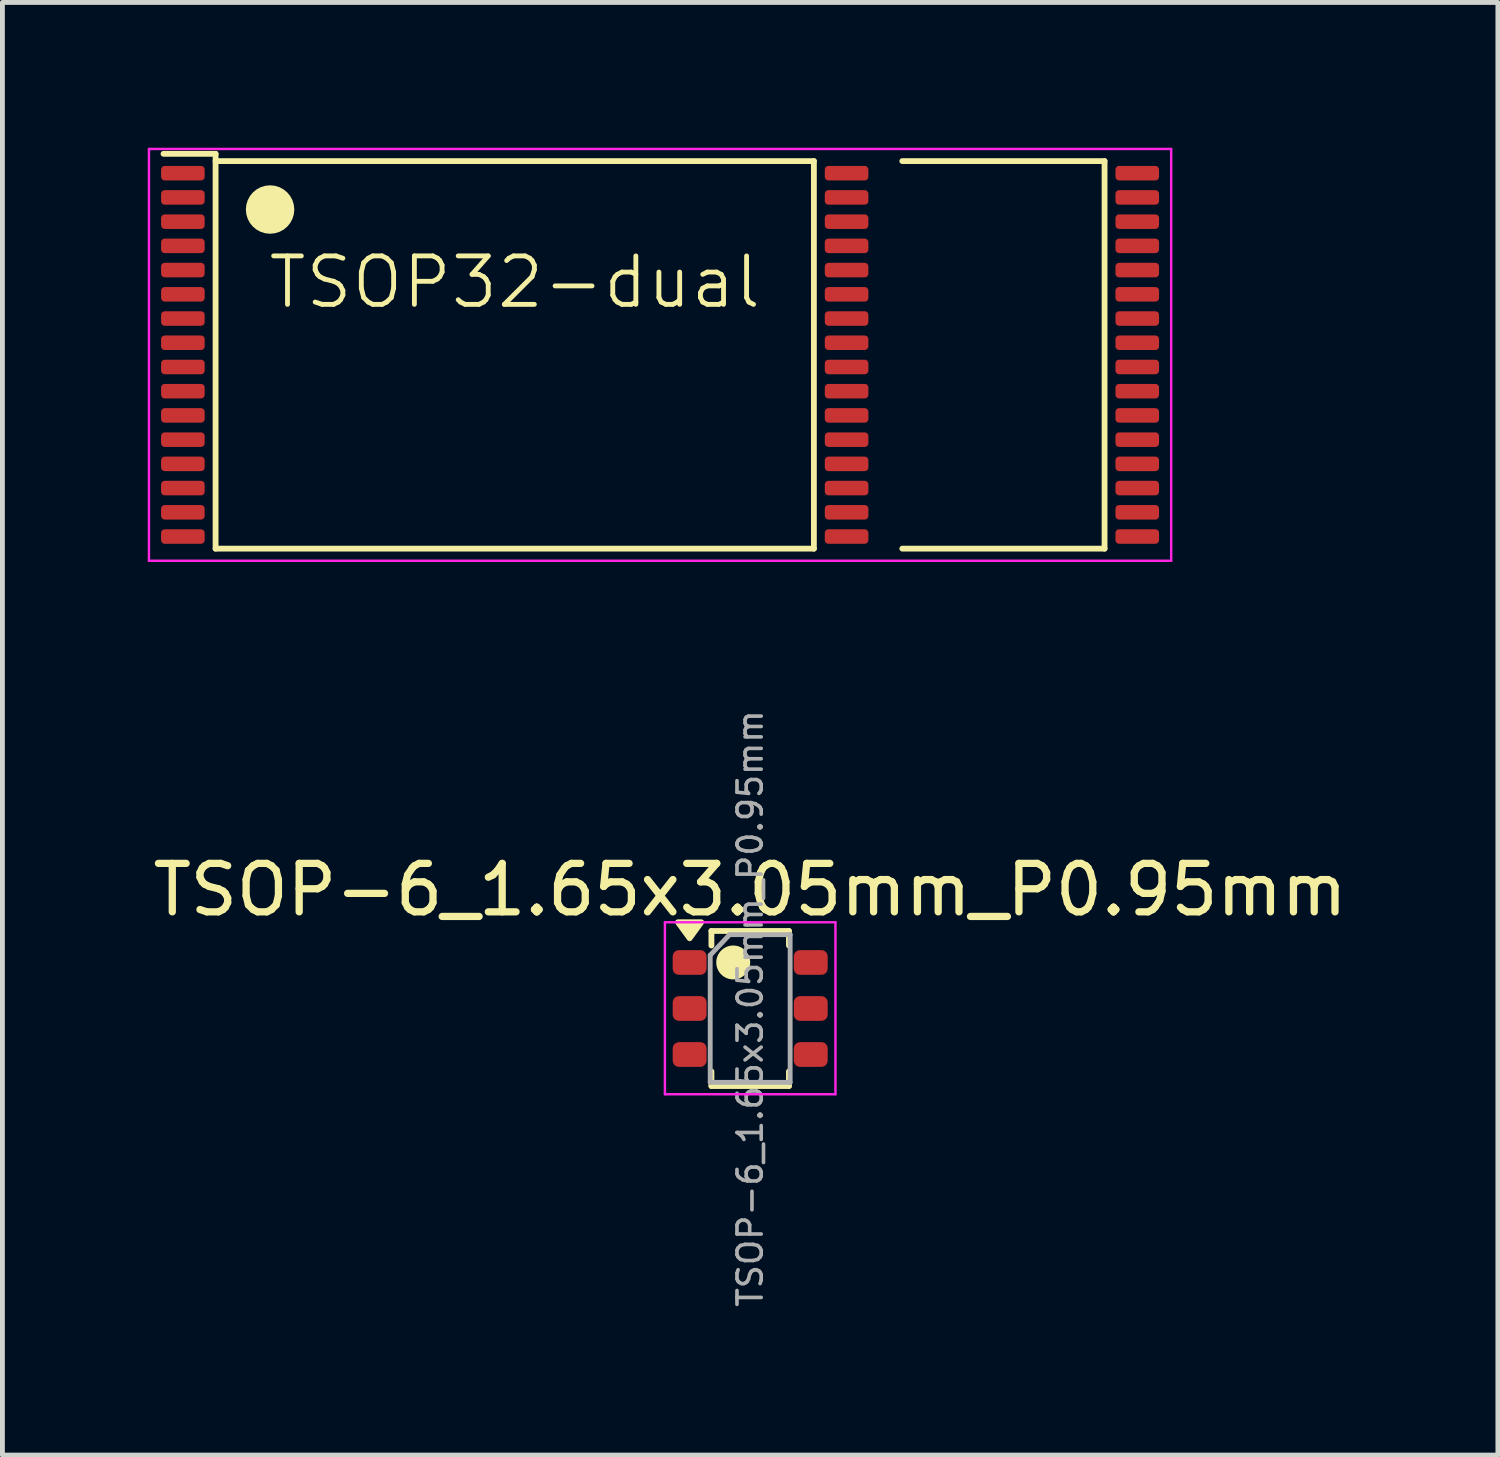
<source format=kicad_pcb>
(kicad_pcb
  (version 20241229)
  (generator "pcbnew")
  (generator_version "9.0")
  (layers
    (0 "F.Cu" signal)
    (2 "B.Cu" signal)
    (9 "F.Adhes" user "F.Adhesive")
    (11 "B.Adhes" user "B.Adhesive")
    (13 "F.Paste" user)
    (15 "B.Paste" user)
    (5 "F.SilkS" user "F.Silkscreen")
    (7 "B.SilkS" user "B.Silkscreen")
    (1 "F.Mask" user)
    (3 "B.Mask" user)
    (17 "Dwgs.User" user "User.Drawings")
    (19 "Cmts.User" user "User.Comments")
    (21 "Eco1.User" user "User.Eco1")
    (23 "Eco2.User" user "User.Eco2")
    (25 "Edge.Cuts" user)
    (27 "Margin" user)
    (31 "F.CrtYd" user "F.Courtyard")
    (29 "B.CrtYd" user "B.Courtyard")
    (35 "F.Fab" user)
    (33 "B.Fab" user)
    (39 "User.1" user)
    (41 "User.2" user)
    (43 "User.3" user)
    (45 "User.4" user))
  (footprint "TSOP32-dual"
    (layer "F.Cu")
    (at 10.575 4.275)
    (property "Reference" "TSOP32-dual" (at -3 -1.5 0) (unlocked yes) (layer "F.SilkS") (effects (font (size 1 1) (thickness 0.1))))
    (attr smd)
    (fp_line (start -10.25 -4.15) (end -9.175 -4.15) (stroke (width 0.12) (type solid)) (layer "F.SilkS"))
    (fp_line (start -9.175 -4.15) (end -9.175 4) (stroke (width 0.12) (type solid)) (layer "F.SilkS"))
    (fp_line (start 3.175 -4) (end -9.175 -4) (stroke (width 0.12) (type solid)) (layer "F.SilkS"))
    (fp_line (start 3.175 4) (end -9.175 4) (stroke (width 0.12) (type solid)) (layer "F.SilkS"))
    (fp_line (start 3.175 4) (end 3.175 -4) (stroke (width 0.12) (type solid)) (layer "F.SilkS"))
    (fp_line (start 9.175 -4) (end 5 -4) (stroke (width 0.12) (type solid)) (layer "F.SilkS"))
    (fp_line (start 9.175 4) (end 5 4) (stroke (width 0.12) (type solid)) (layer "F.SilkS"))
    (fp_line (start 9.175 4) (end 9.175 -4) (stroke (width 0.12) (type solid)) (layer "F.SilkS"))
    (fp_circle (center -8.05 -3) (end -8.05 -2.75) (stroke (width 0.5) (type solid)) (fill no) (layer "F.SilkS"))
    (fp_line (start -10.55 -4.25) (end -10.55 4.25) (stroke (width 0.05) (type solid)) (layer "F.CrtYd"))
    (fp_line (start -10.55 4.25) (end 10.55 4.25) (stroke (width 0.05) (type solid)) (layer "F.CrtYd"))
    (fp_line (start 10.55 -4.25) (end -10.55 -4.25) (stroke (width 0.05) (type solid)) (layer "F.CrtYd"))
    (fp_line (start 10.55 4.25) (end 10.55 -4.25) (stroke (width 0.05) (type solid)) (layer "F.CrtYd"))
    (pad "1" smd roundrect (at -9.85 -3.75 270) (size 0.3 0.9) (layers "F.Cu" "F.Mask" "F.Paste") (roundrect_rratio 0.25))
    (pad "2" smd roundrect (at -9.85 -3.25 270) (size 0.3 0.9) (layers "F.Cu" "F.Mask" "F.Paste") (roundrect_rratio 0.25))
    (pad "3" smd roundrect (at -9.85 -2.75 270) (size 0.3 0.9) (layers "F.Cu" "F.Mask" "F.Paste") (roundrect_rratio 0.25))
    (pad "4" smd roundrect (at -9.85 -2.25 270) (size 0.3 0.9) (layers "F.Cu" "F.Mask" "F.Paste") (roundrect_rratio 0.25))
    (pad "5" smd roundrect (at -9.85 -1.75 270) (size 0.3 0.9) (layers "F.Cu" "F.Mask" "F.Paste") (roundrect_rratio 0.25))
    (pad "6" smd roundrect (at -9.85 -1.25 270) (size 0.3 0.9) (layers "F.Cu" "F.Mask" "F.Paste") (roundrect_rratio 0.25))
    (pad "7" smd roundrect (at -9.85 -0.75 270) (size 0.3 0.9) (layers "F.Cu" "F.Mask" "F.Paste") (roundrect_rratio 0.25))
    (pad "8" smd roundrect (at -9.85 -0.25 270) (size 0.3 0.9) (layers "F.Cu" "F.Mask" "F.Paste") (roundrect_rratio 0.25))
    (pad "9" smd roundrect (at -9.85 0.25 270) (size 0.3 0.9) (layers "F.Cu" "F.Mask" "F.Paste") (roundrect_rratio 0.25))
    (pad "10" smd roundrect (at -9.85 0.75 270) (size 0.3 0.9) (layers "F.Cu" "F.Mask" "F.Paste") (roundrect_rratio 0.25))
    (pad "11" smd roundrect (at -9.85 1.25 270) (size 0.3 0.9) (layers "F.Cu" "F.Mask" "F.Paste") (roundrect_rratio 0.25))
    (pad "12" smd roundrect (at -9.85 1.75 270) (size 0.3 0.9) (layers "F.Cu" "F.Mask" "F.Paste") (roundrect_rratio 0.25))
    (pad "13" smd roundrect (at -9.85 2.25 270) (size 0.3 0.9) (layers "F.Cu" "F.Mask" "F.Paste") (roundrect_rratio 0.25))
    (pad "14" smd roundrect (at -9.85 2.75 270) (size 0.3 0.9) (layers "F.Cu" "F.Mask" "F.Paste") (roundrect_rratio 0.25))
    (pad "15" smd roundrect (at -9.85 3.25 270) (size 0.3 0.9) (layers "F.Cu" "F.Mask" "F.Paste") (roundrect_rratio 0.25))
    (pad "16" smd roundrect (at -9.85 3.75 270) (size 0.3 0.9) (layers "F.Cu" "F.Mask" "F.Paste") (roundrect_rratio 0.25))
    (pad "17" smd roundrect (at 3.85 3.75 270) (size 0.3 0.9) (layers "F.Cu" "F.Mask" "F.Paste") (roundrect_rratio 0.25))
    (pad "17" smd roundrect (at 9.85 3.75 270) (size 0.3 0.9) (layers "F.Cu" "F.Mask" "F.Paste") (roundrect_rratio 0.25))
    (pad "18" smd roundrect (at 3.85 3.25 270) (size 0.3 0.9) (layers "F.Cu" "F.Mask" "F.Paste") (roundrect_rratio 0.25))
    (pad "18" smd roundrect (at 9.85 3.25 270) (size 0.3 0.9) (layers "F.Cu" "F.Mask" "F.Paste") (roundrect_rratio 0.25))
    (pad "19" smd roundrect (at 3.85 2.75 270) (size 0.3 0.9) (layers "F.Cu" "F.Mask" "F.Paste") (roundrect_rratio 0.25))
    (pad "19" smd roundrect (at 9.85 2.75 270) (size 0.3 0.9) (layers "F.Cu" "F.Mask" "F.Paste") (roundrect_rratio 0.25))
    (pad "20" smd roundrect (at 3.85 2.25 270) (size 0.3 0.9) (layers "F.Cu" "F.Mask" "F.Paste") (roundrect_rratio 0.25))
    (pad "20" smd roundrect (at 9.85 2.25 270) (size 0.3 0.9) (layers "F.Cu" "F.Mask" "F.Paste") (roundrect_rratio 0.25))
    (pad "21" smd roundrect (at 3.85 1.75 270) (size 0.3 0.9) (layers "F.Cu" "F.Mask" "F.Paste") (roundrect_rratio 0.25))
    (pad "21" smd roundrect (at 9.85 1.75 270) (size 0.3 0.9) (layers "F.Cu" "F.Mask" "F.Paste") (roundrect_rratio 0.25))
    (pad "22" smd roundrect (at 3.85 1.25 270) (size 0.3 0.9) (layers "F.Cu" "F.Mask" "F.Paste") (roundrect_rratio 0.25))
    (pad "22" smd roundrect (at 9.85 1.25 270) (size 0.3 0.9) (layers "F.Cu" "F.Mask" "F.Paste") (roundrect_rratio 0.25))
    (pad "23" smd roundrect (at 3.85 0.75 270) (size 0.3 0.9) (layers "F.Cu" "F.Mask" "F.Paste") (roundrect_rratio 0.25))
    (pad "23" smd roundrect (at 9.85 0.75 270) (size 0.3 0.9) (layers "F.Cu" "F.Mask" "F.Paste") (roundrect_rratio 0.25))
    (pad "24" smd roundrect (at 3.85 0.25 270) (size 0.3 0.9) (layers "F.Cu" "F.Mask" "F.Paste") (roundrect_rratio 0.25))
    (pad "24" smd roundrect (at 9.85 0.25 270) (size 0.3 0.9) (layers "F.Cu" "F.Mask" "F.Paste") (roundrect_rratio 0.25))
    (pad "25" smd roundrect (at 3.85 -0.25 270) (size 0.3 0.9) (layers "F.Cu" "F.Mask" "F.Paste") (roundrect_rratio 0.25))
    (pad "25" smd roundrect (at 9.85 -0.25 270) (size 0.3 0.9) (layers "F.Cu" "F.Mask" "F.Paste") (roundrect_rratio 0.25))
    (pad "26" smd roundrect (at 3.85 -0.75 270) (size 0.3 0.9) (layers "F.Cu" "F.Mask" "F.Paste") (roundrect_rratio 0.25))
    (pad "26" smd roundrect (at 9.85 -0.75 270) (size 0.3 0.9) (layers "F.Cu" "F.Mask" "F.Paste") (roundrect_rratio 0.25))
    (pad "27" smd roundrect (at 3.85 -1.25 270) (size 0.3 0.9) (layers "F.Cu" "F.Mask" "F.Paste") (roundrect_rratio 0.25))
    (pad "27" smd roundrect (at 9.85 -1.25 270) (size 0.3 0.9) (layers "F.Cu" "F.Mask" "F.Paste") (roundrect_rratio 0.25))
    (pad "28" smd roundrect (at 3.85 -1.75 270) (size 0.3 0.9) (layers "F.Cu" "F.Mask" "F.Paste") (roundrect_rratio 0.25))
    (pad "28" smd roundrect (at 9.85 -1.75 270) (size 0.3 0.9) (layers "F.Cu" "F.Mask" "F.Paste") (roundrect_rratio 0.25))
    (pad "29" smd roundrect (at 3.85 -2.25 270) (size 0.3 0.9) (layers "F.Cu" "F.Mask" "F.Paste") (roundrect_rratio 0.25))
    (pad "29" smd roundrect (at 9.85 -2.25 270) (size 0.3 0.9) (layers "F.Cu" "F.Mask" "F.Paste") (roundrect_rratio 0.25))
    (pad "30" smd roundrect (at 3.85 -2.75 270) (size 0.3 0.9) (layers "F.Cu" "F.Mask" "F.Paste") (roundrect_rratio 0.25))
    (pad "30" smd roundrect (at 9.85 -2.75 270) (size 0.3 0.9) (layers "F.Cu" "F.Mask" "F.Paste") (roundrect_rratio 0.25))
    (pad "31" smd roundrect (at 3.85 -3.25 270) (size 0.3 0.9) (layers "F.Cu" "F.Mask" "F.Paste") (roundrect_rratio 0.25))
    (pad "31" smd roundrect (at 9.85 -3.25 270) (size 0.3 0.9) (layers "F.Cu" "F.Mask" "F.Paste") (roundrect_rratio 0.25))
    (pad "32" smd roundrect (at 3.85 -3.75 270) (size 0.3 0.9) (layers "F.Cu" "F.Mask" "F.Paste") (roundrect_rratio 0.25))
    (pad "32" smd roundrect (at 9.85 -3.75 270) (size 0.3 0.9) (layers "F.Cu" "F.Mask" "F.Paste") (roundrect_rratio 0.25)))
  (footprint "TSOP-6_1.65x3.05mm_P0.95mm"
    (layer "F.Cu")
    (at 12.435 17.767)
    (property "Reference" "TSOP-6_1.65x3.05mm_P0.95mm" (at 0 -2.45 0) (layer "F.SilkS") (effects (font (size 1 1) (thickness 0.15))))
    (attr smd)
    (fp_line (start -0.8 -1.6) (end 0.8 -1.6) (stroke (width 0.12) (type solid)) (layer "F.SilkS"))
    (fp_line (start -0.8 -1.3) (end -0.8 -1.6) (stroke (width 0.12) (type default)) (layer "F.SilkS"))
    (fp_line (start -0.8 1.6) (end -0.8 1.3) (stroke (width 0.12) (type default)) (layer "F.SilkS"))
    (fp_line (start -0.8 1.6) (end 0.8 1.6) (stroke (width 0.12) (type solid)) (layer "F.SilkS"))
    (fp_line (start 0.8 -1.3) (end 0.8 -1.6) (stroke (width 0.12) (type default)) (layer "F.SilkS"))
    (fp_line (start 0.8 1.6) (end 0.8 1.3) (stroke (width 0.12) (type default)) (layer "F.SilkS"))
    (fp_circle (center -0.35 -0.95) (end -0.05 -0.95) (stroke (width 0.1) (type solid)) (fill yes) (layer "F.SilkS"))
    (fp_poly (pts (xy -1.25 -1.45) (xy -1.49 -1.78) (xy -1.01 -1.78) (xy -1.25 -1.45)) (stroke (width 0.12) (type solid)) (fill yes) (layer "F.SilkS"))
    (fp_line (start -1.76 -1.78) (end -1.76 1.77) (stroke (width 0.05) (type solid)) (layer "F.CrtYd"))
    (fp_line (start -1.76 -1.78) (end 1.76 -1.78) (stroke (width 0.05) (type solid)) (layer "F.CrtYd"))
    (fp_line (start 1.76 1.77) (end -1.76 1.77) (stroke (width 0.05) (type solid)) (layer "F.CrtYd"))
    (fp_line (start 1.76 1.77) (end 1.76 -1.78) (stroke (width 0.05) (type solid)) (layer "F.CrtYd"))
    (fp_line (start -0.825 -1.1) (end -0.825 1.525) (stroke (width 0.1) (type solid)) (layer "F.Fab"))
    (fp_line (start -0.825 -1.1) (end -0.425 -1.525) (stroke (width 0.1) (type solid)) (layer "F.Fab"))
    (fp_line (start 0.825 -1.525) (end -0.425 -1.525) (stroke (width 0.1) (type solid)) (layer "F.Fab"))
    (fp_line (start 0.825 -1.525) (end 0.825 1.525) (stroke (width 0.1) (type solid)) (layer "F.Fab"))
    (fp_line (start 0.825 1.525) (end -0.825 1.525) (stroke (width 0.1) (type solid)) (layer "F.Fab"))
    (fp_text user "${REFERENCE}" (at 0 0 90) (layer "F.Fab") (effects (font (size 0.5 0.5) (thickness 0.075))))
    (pad "1" smd roundrect (at -1.25 -0.95) (size 0.7 0.51) (layers "F.Cu" "F.Mask" "F.Paste") (roundrect_rratio 0.25))
    (pad "2" smd roundrect (at -1.25 0) (size 0.7 0.51) (layers "F.Cu" "F.Mask" "F.Paste") (roundrect_rratio 0.25))
    (pad "3" smd roundrect (at -1.25 0.95) (size 0.7 0.51) (layers "F.Cu" "F.Mask" "F.Paste") (roundrect_rratio 0.25))
    (pad "4" smd roundrect (at 1.25 0.95) (size 0.7 0.51) (layers "F.Cu" "F.Mask" "F.Paste") (roundrect_rratio 0.25))
    (pad "5" smd roundrect (at 1.25 0) (size 0.7 0.51) (layers "F.Cu" "F.Mask" "F.Paste") (roundrect_rratio 0.25))
    (pad "6" smd roundrect (at 1.25 -0.95) (size 0.7 0.51) (layers "F.Cu" "F.Mask" "F.Paste") (roundrect_rratio 0.25)))
  (gr_rect
    (start -3 -3)
    (end 27.869 26.985)
    (stroke (width 0.1) (type default))
    (fill no)
    (layer "Edge.Cuts")))
</source>
